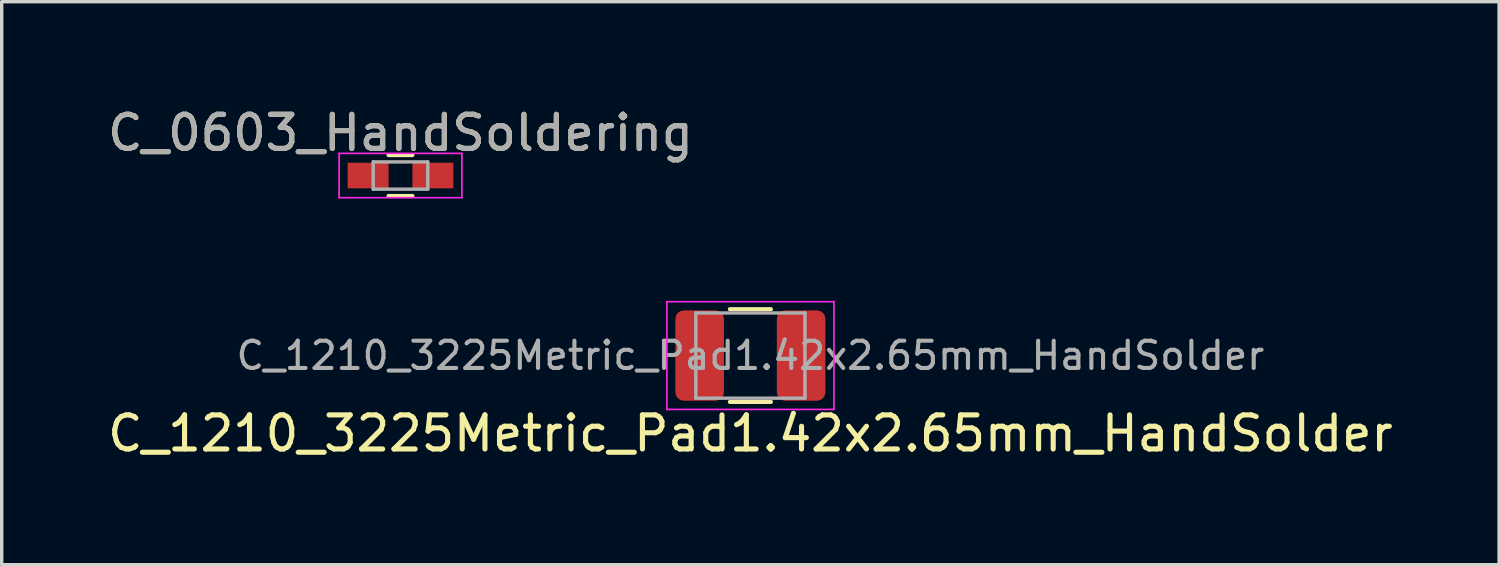
<source format=kicad_pcb>
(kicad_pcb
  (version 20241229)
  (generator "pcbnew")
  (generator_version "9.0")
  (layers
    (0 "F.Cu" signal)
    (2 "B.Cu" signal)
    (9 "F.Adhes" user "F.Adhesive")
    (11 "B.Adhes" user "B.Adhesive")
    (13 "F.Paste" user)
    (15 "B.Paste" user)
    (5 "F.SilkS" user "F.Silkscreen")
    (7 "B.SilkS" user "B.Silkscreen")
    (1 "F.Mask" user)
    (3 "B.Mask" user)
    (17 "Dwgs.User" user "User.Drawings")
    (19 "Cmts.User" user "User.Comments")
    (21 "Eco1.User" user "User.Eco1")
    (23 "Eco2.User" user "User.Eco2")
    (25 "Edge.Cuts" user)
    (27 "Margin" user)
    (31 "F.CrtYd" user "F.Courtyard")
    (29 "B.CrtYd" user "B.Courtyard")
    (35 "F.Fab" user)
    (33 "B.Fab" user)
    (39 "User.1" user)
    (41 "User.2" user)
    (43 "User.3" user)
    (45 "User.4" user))
  (footprint "C_1210_3225Metric_Pad1.42x2.65mm_HandSolder"
    (layer "F.Cu")
    (at 18.958 7.378)
    (property "Reference" "C_1210_3225Metric_Pad1.42x2.65mm_HandSolder" (at 0 2.285 0) (layer "F.SilkS") (effects (font (size 1 1) (thickness 0.15))))
    (attr smd)
    (fp_line (start -0.602 -1.36) (end 0.602 -1.36) (stroke (width 0.12) (type solid)) (layer "F.SilkS"))
    (fp_line (start -0.602 1.36) (end 0.602 1.36) (stroke (width 0.12) (type solid)) (layer "F.SilkS"))
    (fp_line (start -2.45 -1.58) (end 2.45 -1.58) (stroke (width 0.05) (type solid)) (layer "F.CrtYd"))
    (fp_line (start -2.45 1.58) (end -2.45 -1.58) (stroke (width 0.05) (type solid)) (layer "F.CrtYd"))
    (fp_line (start 2.45 -1.58) (end 2.45 1.58) (stroke (width 0.05) (type solid)) (layer "F.CrtYd"))
    (fp_line (start 2.45 1.58) (end -2.45 1.58) (stroke (width 0.05) (type solid)) (layer "F.CrtYd"))
    (fp_line (start -1.6 -1.25) (end 1.6 -1.25) (stroke (width 0.1) (type solid)) (layer "F.Fab"))
    (fp_line (start -1.6 1.25) (end -1.6 -1.25) (stroke (width 0.1) (type solid)) (layer "F.Fab"))
    (fp_line (start 1.6 -1.25) (end 1.6 1.25) (stroke (width 0.1) (type solid)) (layer "F.Fab"))
    (fp_line (start 1.6 1.25) (end -1.6 1.25) (stroke (width 0.1) (type solid)) (layer "F.Fab"))
    (fp_text user "${REFERENCE}" (at 0 0 0) (layer "F.Fab") (effects (font (size 0.8 0.8) (thickness 0.12))))
    (pad "1" smd roundrect (at -1.488 0) (size 1.425 2.65) (layers "F.Cu" "F.Mask" "F.Paste") (roundrect_rratio 0.175))
    (pad "2" smd roundrect (at 1.488 0) (size 1.425 2.65) (layers "F.Cu" "F.Mask" "F.Paste") (roundrect_rratio 0.175)))
  (footprint "C_0603_HandSoldering"
    (layer "F.Cu")
    (at 8.696 2.098)
    (property "Reference" "C_0603_HandSoldering" (at 0 -1.25 0) (layer "F.SilkS") (effects (font (size 1 1) (thickness 0.15))))
    (attr smd)
    (fp_line (start -0.35 -0.6) (end 0.35 -0.6) (stroke (width 0.12) (type solid)) (layer "F.SilkS"))
    (fp_line (start 0.35 0.6) (end -0.35 0.6) (stroke (width 0.12) (type solid)) (layer "F.SilkS"))
    (fp_line (start -1.8 -0.65) (end -1.8 0.65) (stroke (width 0.05) (type solid)) (layer "F.CrtYd"))
    (fp_line (start -1.8 -0.65) (end 1.8 -0.65) (stroke (width 0.05) (type solid)) (layer "F.CrtYd"))
    (fp_line (start 1.8 0.65) (end -1.8 0.65) (stroke (width 0.05) (type solid)) (layer "F.CrtYd"))
    (fp_line (start 1.8 0.65) (end 1.8 -0.65) (stroke (width 0.05) (type solid)) (layer "F.CrtYd"))
    (fp_line (start -0.8 -0.4) (end 0.8 -0.4) (stroke (width 0.1) (type solid)) (layer "F.Fab"))
    (fp_line (start -0.8 0.4) (end -0.8 -0.4) (stroke (width 0.1) (type solid)) (layer "F.Fab"))
    (fp_line (start 0.8 -0.4) (end 0.8 0.4) (stroke (width 0.1) (type solid)) (layer "F.Fab"))
    (fp_line (start 0.8 0.4) (end -0.8 0.4) (stroke (width 0.1) (type solid)) (layer "F.Fab"))
    (fp_text user "${REFERENCE}" (at 0 -1.25 0) (layer "F.Fab") (effects (font (size 1 1) (thickness 0.15))))
    (pad "1" smd rect (at -0.95 0) (size 1.2 0.75) (layers "F.Cu" "F.Mask" "F.Paste"))
    (pad "2" smd rect (at 0.95 0) (size 1.2 0.75) (layers "F.Cu" "F.Mask" "F.Paste")))
  (gr_rect
    (start -3 -3)
    (end 40.917 13.511)
    (stroke (width 0.1) (type default))
    (fill no)
    (layer "Edge.Cuts")))
</source>
